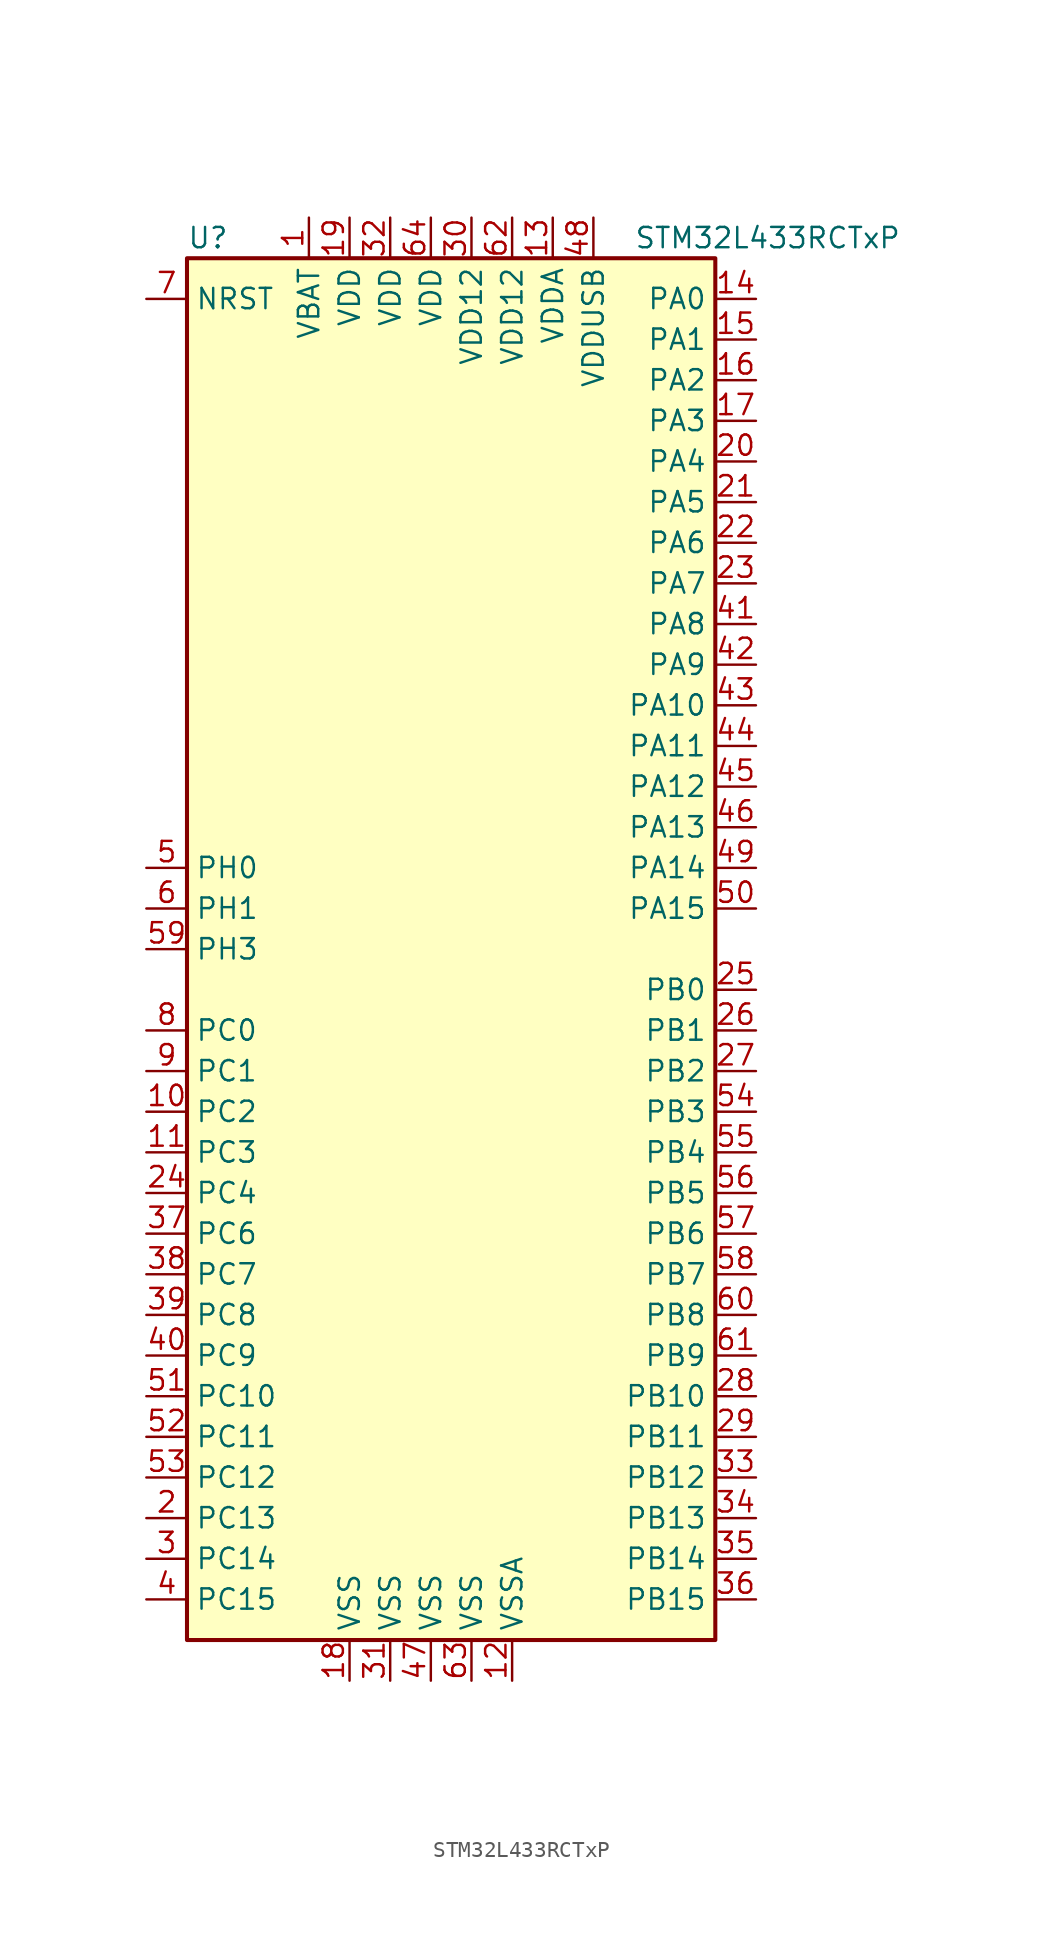
<source format=kicad_sym>
(kicad_symbol_lib
  (version 20201005)
  (generator kicad_symbol_editor)
  (symbol "STM32L433RCTxP"
    (property "Reference" "U"
      (at -17.78 44.45 0)
      (effects (font (size 1.27 1.27)) (justify left)))
    (property "Value" "STM32L433RCTxP"
      (at 10.16 44.45 0)
      (effects (font (size 1.27 1.27)) (justify left)))
    (symbol "STM32L433RCTxP_0_1"
      (rectangle (start -17.78 -43.18) (end 15.24 43.18) (stroke (width 0.254)) (fill (type background))))
    (symbol "STM32L433RCTxP_1_1"
      (pin input line (at -20.32 40.64 0) (length 2.54) (name "NRST" (effects (font (size 1.27 1.27)))) (number "7" (effects (font (size 1.27 1.27)))))
      (pin bidirectional line (at 17.78 40.64 180) (length 2.54) (name "PA0" (effects (font (size 1.27 1.27)))) (number "14" (effects (font (size 1.27 1.27)))))
      (pin bidirectional line (at 17.78 38.1 180) (length 2.54) (name "PA1" (effects (font (size 1.27 1.27)))) (number "15" (effects (font (size 1.27 1.27)))))
      (pin bidirectional line (at 17.78 15.24 180) (length 2.54) (name "PA10" (effects (font (size 1.27 1.27)))) (number "43" (effects (font (size 1.27 1.27)))))
      (pin bidirectional line (at 17.78 12.7 180) (length 2.54) (name "PA11" (effects (font (size 1.27 1.27)))) (number "44" (effects (font (size 1.27 1.27)))))
      (pin bidirectional line (at 17.78 10.16 180) (length 2.54) (name "PA12" (effects (font (size 1.27 1.27)))) (number "45" (effects (font (size 1.27 1.27)))))
      (pin bidirectional line (at 17.78 7.62 180) (length 2.54) (name "PA13" (effects (font (size 1.27 1.27)))) (number "46" (effects (font (size 1.27 1.27)))))
      (pin bidirectional line (at 17.78 5.08 180) (length 2.54) (name "PA14" (effects (font (size 1.27 1.27)))) (number "49" (effects (font (size 1.27 1.27)))))
      (pin bidirectional line (at 17.78 2.54 180) (length 2.54) (name "PA15" (effects (font (size 1.27 1.27)))) (number "50" (effects (font (size 1.27 1.27)))))
      (pin bidirectional line (at 17.78 35.56 180) (length 2.54) (name "PA2" (effects (font (size 1.27 1.27)))) (number "16" (effects (font (size 1.27 1.27)))))
      (pin bidirectional line (at 17.78 33.02 180) (length 2.54) (name "PA3" (effects (font (size 1.27 1.27)))) (number "17" (effects (font (size 1.27 1.27)))))
      (pin bidirectional line (at 17.78 30.48 180) (length 2.54) (name "PA4" (effects (font (size 1.27 1.27)))) (number "20" (effects (font (size 1.27 1.27)))))
      (pin bidirectional line (at 17.78 27.94 180) (length 2.54) (name "PA5" (effects (font (size 1.27 1.27)))) (number "21" (effects (font (size 1.27 1.27)))))
      (pin bidirectional line (at 17.78 25.4 180) (length 2.54) (name "PA6" (effects (font (size 1.27 1.27)))) (number "22" (effects (font (size 1.27 1.27)))))
      (pin bidirectional line (at 17.78 22.86 180) (length 2.54) (name "PA7" (effects (font (size 1.27 1.27)))) (number "23" (effects (font (size 1.27 1.27)))))
      (pin bidirectional line (at 17.78 20.32 180) (length 2.54) (name "PA8" (effects (font (size 1.27 1.27)))) (number "41" (effects (font (size 1.27 1.27)))))
      (pin bidirectional line (at 17.78 17.78 180) (length 2.54) (name "PA9" (effects (font (size 1.27 1.27)))) (number "42" (effects (font (size 1.27 1.27)))))
      (pin bidirectional line (at 17.78 -2.54 180) (length 2.54) (name "PB0" (effects (font (size 1.27 1.27)))) (number "25" (effects (font (size 1.27 1.27)))))
      (pin bidirectional line (at 17.78 -5.08 180) (length 2.54) (name "PB1" (effects (font (size 1.27 1.27)))) (number "26" (effects (font (size 1.27 1.27)))))
      (pin bidirectional line (at 17.78 -27.94 180) (length 2.54) (name "PB10" (effects (font (size 1.27 1.27)))) (number "28" (effects (font (size 1.27 1.27)))))
      (pin bidirectional line (at 17.78 -30.48 180) (length 2.54) (name "PB11" (effects (font (size 1.27 1.27)))) (number "29" (effects (font (size 1.27 1.27)))))
      (pin bidirectional line (at 17.78 -33.02 180) (length 2.54) (name "PB12" (effects (font (size 1.27 1.27)))) (number "33" (effects (font (size 1.27 1.27)))))
      (pin bidirectional line (at 17.78 -35.56 180) (length 2.54) (name "PB13" (effects (font (size 1.27 1.27)))) (number "34" (effects (font (size 1.27 1.27)))))
      (pin bidirectional line (at 17.78 -38.1 180) (length 2.54) (name "PB14" (effects (font (size 1.27 1.27)))) (number "35" (effects (font (size 1.27 1.27)))))
      (pin bidirectional line (at 17.78 -40.64 180) (length 2.54) (name "PB15" (effects (font (size 1.27 1.27)))) (number "36" (effects (font (size 1.27 1.27)))))
      (pin bidirectional line (at 17.78 -7.62 180) (length 2.54) (name "PB2" (effects (font (size 1.27 1.27)))) (number "27" (effects (font (size 1.27 1.27)))))
      (pin bidirectional line (at 17.78 -10.16 180) (length 2.54) (name "PB3" (effects (font (size 1.27 1.27)))) (number "54" (effects (font (size 1.27 1.27)))))
      (pin bidirectional line (at 17.78 -12.7 180) (length 2.54) (name "PB4" (effects (font (size 1.27 1.27)))) (number "55" (effects (font (size 1.27 1.27)))))
      (pin bidirectional line (at 17.78 -15.24 180) (length 2.54) (name "PB5" (effects (font (size 1.27 1.27)))) (number "56" (effects (font (size 1.27 1.27)))))
      (pin bidirectional line (at 17.78 -17.78 180) (length 2.54) (name "PB6" (effects (font (size 1.27 1.27)))) (number "57" (effects (font (size 1.27 1.27)))))
      (pin bidirectional line (at 17.78 -20.32 180) (length 2.54) (name "PB7" (effects (font (size 1.27 1.27)))) (number "58" (effects (font (size 1.27 1.27)))))
      (pin bidirectional line (at 17.78 -22.86 180) (length 2.54) (name "PB8" (effects (font (size 1.27 1.27)))) (number "60" (effects (font (size 1.27 1.27)))))
      (pin bidirectional line (at 17.78 -25.4 180) (length 2.54) (name "PB9" (effects (font (size 1.27 1.27)))) (number "61" (effects (font (size 1.27 1.27)))))
      (pin bidirectional line (at -20.32 -5.08 0) (length 2.54) (name "PC0" (effects (font (size 1.27 1.27)))) (number "8" (effects (font (size 1.27 1.27)))))
      (pin bidirectional line (at -20.32 -7.62 0) (length 2.54) (name "PC1" (effects (font (size 1.27 1.27)))) (number "9" (effects (font (size 1.27 1.27)))))
      (pin bidirectional line (at -20.32 -27.94 0) (length 2.54) (name "PC10" (effects (font (size 1.27 1.27)))) (number "51" (effects (font (size 1.27 1.27)))))
      (pin bidirectional line (at -20.32 -30.48 0) (length 2.54) (name "PC11" (effects (font (size 1.27 1.27)))) (number "52" (effects (font (size 1.27 1.27)))))
      (pin bidirectional line (at -20.32 -33.02 0) (length 2.54) (name "PC12" (effects (font (size 1.27 1.27)))) (number "53" (effects (font (size 1.27 1.27)))))
      (pin bidirectional line (at -20.32 -35.56 0) (length 2.54) (name "PC13" (effects (font (size 1.27 1.27)))) (number "2" (effects (font (size 1.27 1.27)))))
      (pin bidirectional line (at -20.32 -38.1 0) (length 2.54) (name "PC14" (effects (font (size 1.27 1.27)))) (number "3" (effects (font (size 1.27 1.27)))))
      (pin bidirectional line (at -20.32 -40.64 0) (length 2.54) (name "PC15" (effects (font (size 1.27 1.27)))) (number "4" (effects (font (size 1.27 1.27)))))
      (pin bidirectional line (at -20.32 -10.16 0) (length 2.54) (name "PC2" (effects (font (size 1.27 1.27)))) (number "10" (effects (font (size 1.27 1.27)))))
      (pin bidirectional line (at -20.32 -12.7 0) (length 2.54) (name "PC3" (effects (font (size 1.27 1.27)))) (number "11" (effects (font (size 1.27 1.27)))))
      (pin bidirectional line (at -20.32 -15.24 0) (length 2.54) (name "PC4" (effects (font (size 1.27 1.27)))) (number "24" (effects (font (size 1.27 1.27)))))
      (pin bidirectional line (at -20.32 -17.78 0) (length 2.54) (name "PC6" (effects (font (size 1.27 1.27)))) (number "37" (effects (font (size 1.27 1.27)))))
      (pin bidirectional line (at -20.32 -20.32 0) (length 2.54) (name "PC7" (effects (font (size 1.27 1.27)))) (number "38" (effects (font (size 1.27 1.27)))))
      (pin bidirectional line (at -20.32 -22.86 0) (length 2.54) (name "PC8" (effects (font (size 1.27 1.27)))) (number "39" (effects (font (size 1.27 1.27)))))
      (pin bidirectional line (at -20.32 -25.4 0) (length 2.54) (name "PC9" (effects (font (size 1.27 1.27)))) (number "40" (effects (font (size 1.27 1.27)))))
      (pin input line (at -20.32 5.08 0) (length 2.54) (name "PH0" (effects (font (size 1.27 1.27)))) (number "5" (effects (font (size 1.27 1.27)))))
      (pin input line (at -20.32 2.54 0) (length 2.54) (name "PH1" (effects (font (size 1.27 1.27)))) (number "6" (effects (font (size 1.27 1.27)))))
      (pin bidirectional line (at -20.32 0 0) (length 2.54) (name "PH3" (effects (font (size 1.27 1.27)))) (number "59" (effects (font (size 1.27 1.27)))))
      (pin power_in line (at -10.16 45.72 270) (length 2.54) (name "VBAT" (effects (font (size 1.27 1.27)))) (number "1" (effects (font (size 1.27 1.27)))))
      (pin power_in line (at -7.62 45.72 270) (length 2.54) (name "VDD" (effects (font (size 1.27 1.27)))) (number "19" (effects (font (size 1.27 1.27)))))
      (pin power_in line (at -5.08 45.72 270) (length 2.54) (name "VDD" (effects (font (size 1.27 1.27)))) (number "32" (effects (font (size 1.27 1.27)))))
      (pin power_in line (at -2.54 45.72 270) (length 2.54) (name "VDD" (effects (font (size 1.27 1.27)))) (number "64" (effects (font (size 1.27 1.27)))))
      (pin power_in line (at 0 45.72 270) (length 2.54) (name "VDD12" (effects (font (size 1.27 1.27)))) (number "30" (effects (font (size 1.27 1.27)))))
      (pin power_in line (at 2.54 45.72 270) (length 2.54) (name "VDD12" (effects (font (size 1.27 1.27)))) (number "62" (effects (font (size 1.27 1.27)))))
      (pin power_in line (at 5.08 45.72 270) (length 2.54) (name "VDDA" (effects (font (size 1.27 1.27)))) (number "13" (effects (font (size 1.27 1.27)))))
      (pin power_in line (at 7.62 45.72 270) (length 2.54) (name "VDDUSB" (effects (font (size 1.27 1.27)))) (number "48" (effects (font (size 1.27 1.27)))))
      (pin power_in line (at -7.62 -45.72 90) (length 2.54) (name "VSS" (effects (font (size 1.27 1.27)))) (number "18" (effects (font (size 1.27 1.27)))))
      (pin power_in line (at -5.08 -45.72 90) (length 2.54) (name "VSS" (effects (font (size 1.27 1.27)))) (number "31" (effects (font (size 1.27 1.27)))))
      (pin power_in line (at -2.54 -45.72 90) (length 2.54) (name "VSS" (effects (font (size 1.27 1.27)))) (number "47" (effects (font (size 1.27 1.27)))))
      (pin power_in line (at 0 -45.72 90) (length 2.54) (name "VSS" (effects (font (size 1.27 1.27)))) (number "63" (effects (font (size 1.27 1.27)))))
      (pin power_in line (at 2.54 -45.72 90) (length 2.54) (name "VSSA" (effects (font (size 1.27 1.27)))) (number "12" (effects (font (size 1.27 1.27))))))))
</source>
